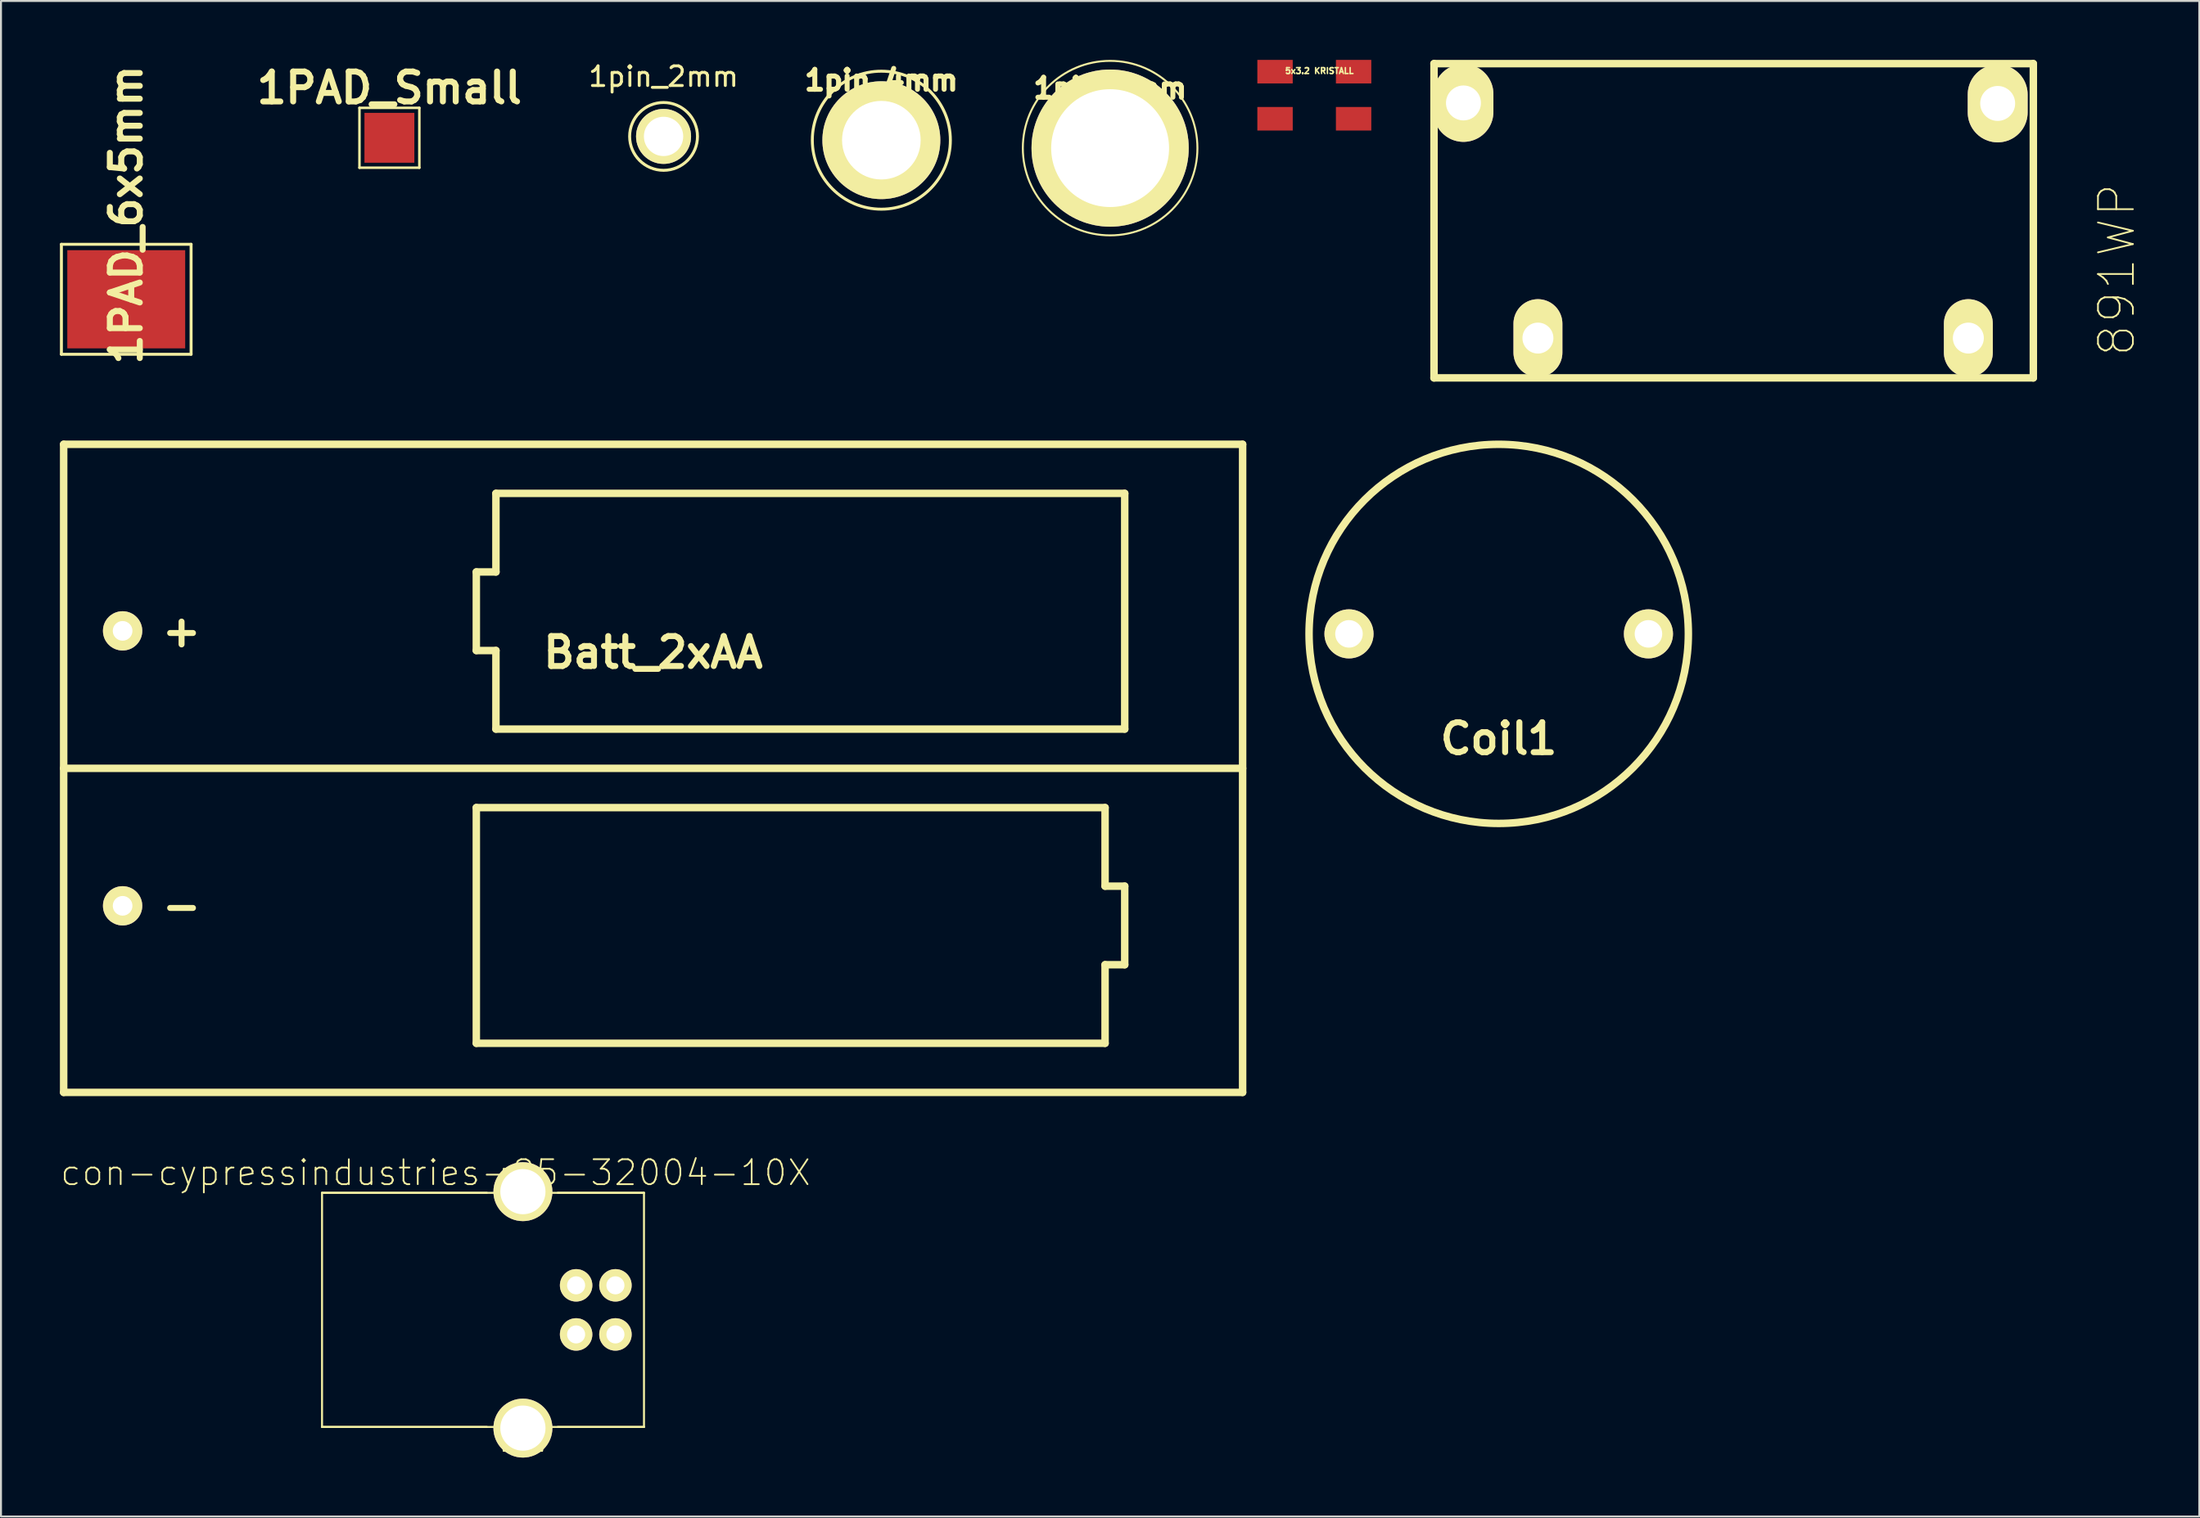
<source format=kicad_pcb>
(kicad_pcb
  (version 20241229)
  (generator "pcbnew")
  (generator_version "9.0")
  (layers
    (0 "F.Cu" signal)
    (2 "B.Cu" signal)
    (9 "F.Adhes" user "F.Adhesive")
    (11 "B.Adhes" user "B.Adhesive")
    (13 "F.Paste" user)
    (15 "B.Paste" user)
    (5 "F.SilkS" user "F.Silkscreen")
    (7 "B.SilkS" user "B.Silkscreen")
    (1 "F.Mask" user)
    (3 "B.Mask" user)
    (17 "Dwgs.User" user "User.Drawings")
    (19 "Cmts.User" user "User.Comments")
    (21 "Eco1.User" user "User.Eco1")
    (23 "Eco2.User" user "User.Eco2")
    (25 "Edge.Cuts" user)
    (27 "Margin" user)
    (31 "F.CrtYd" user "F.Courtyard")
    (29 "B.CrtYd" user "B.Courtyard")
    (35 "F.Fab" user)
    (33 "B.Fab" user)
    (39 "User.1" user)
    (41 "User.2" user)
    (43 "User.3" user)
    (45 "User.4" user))
  (footprint "Batt_2xAA"
    (layer "F.Cu")
    (at 30.19 36.073)
    (property "Reference" "Batt_2xAA" (at 0 -5.9 0) (layer "F.SilkS") (effects (font (size 1.524 1.524) (thickness 0.305))))
    (attr through_hole)
    (fp_line (start -30 -16.5) (end 30 -16.5) (stroke (width 0.381) (type solid)) (layer "F.SilkS"))
    (fp_line (start -30 0) (end 30 0) (stroke (width 0.381) (type solid)) (layer "F.SilkS"))
    (fp_line (start -30 16.5) (end -30 -16.5) (stroke (width 0.381) (type solid)) (layer "F.SilkS"))
    (fp_line (start -8.999 -10) (end -8.001 -10) (stroke (width 0.381) (type solid)) (layer "F.SilkS"))
    (fp_line (start -8.999 -5.999) (end -8.999 -10) (stroke (width 0.381) (type solid)) (layer "F.SilkS"))
    (fp_line (start -8.999 1.999) (end 23 1.999) (stroke (width 0.381) (type solid)) (layer "F.SilkS"))
    (fp_line (start -8.999 14) (end -8.999 1.999) (stroke (width 0.381) (type solid)) (layer "F.SilkS"))
    (fp_line (start -8.001 -14) (end 24 -14) (stroke (width 0.381) (type solid)) (layer "F.SilkS"))
    (fp_line (start -8.001 -10) (end -8.001 -14) (stroke (width 0.381) (type solid)) (layer "F.SilkS"))
    (fp_line (start -8.001 -5.999) (end -8.999 -5.999) (stroke (width 0.381) (type solid)) (layer "F.SilkS"))
    (fp_line (start -8.001 -1.999) (end -8.001 -5.999) (stroke (width 0.381) (type solid)) (layer "F.SilkS"))
    (fp_line (start 23 1.999) (end 23 5.999) (stroke (width 0.381) (type solid)) (layer "F.SilkS"))
    (fp_line (start 23 5.999) (end 24 5.999) (stroke (width 0.381) (type solid)) (layer "F.SilkS"))
    (fp_line (start 23 10) (end 23 14) (stroke (width 0.381) (type solid)) (layer "F.SilkS"))
    (fp_line (start 23 14) (end -8.999 14) (stroke (width 0.381) (type solid)) (layer "F.SilkS"))
    (fp_line (start 24 -14) (end 24 -1.999) (stroke (width 0.381) (type solid)) (layer "F.SilkS"))
    (fp_line (start 24 -1.999) (end -8.001 -1.999) (stroke (width 0.381) (type solid)) (layer "F.SilkS"))
    (fp_line (start 24 5.999) (end 24 10) (stroke (width 0.381) (type solid)) (layer "F.SilkS"))
    (fp_line (start 24 10) (end 23 10) (stroke (width 0.381) (type solid)) (layer "F.SilkS"))
    (fp_line (start 30 -16.5) (end 30 16.5) (stroke (width 0.381) (type solid)) (layer "F.SilkS"))
    (fp_line (start 30 16.5) (end -30 16.5) (stroke (width 0.381) (type solid)) (layer "F.SilkS"))
    (fp_text user "-" (at -24 7 0) (layer "F.SilkS") (effects (font (size 1.524 1.524) (thickness 0.305))))
    (fp_text user "+" (at -24 -7 0) (layer "F.SilkS") (effects (font (size 1.524 1.524) (thickness 0.305))))
    (pad "1" thru_hole circle (at -27 -7) (size 1.999 1.999) (drill 1.001) (layers "*.Cu" "*.Mask" "F.SilkS"))
    (pad "2" thru_hole circle (at -27 7) (size 1.999 1.999) (drill 1.001) (layers "*.Cu" "*.Mask" "F.SilkS")))
  (footprint "891WP"
    (layer "F.Cu")
    (at 84.18 8.191)
    (property "Reference" "891WP" (at 20.5 2.499 90) (layer "F.SilkS") (effects (font (size 1.778 1.778) (thickness 0.089))))
    (attr exclude_from_pos_files exclude_from_bom)
    (fp_line (start -14.252 -8.001) (end 16.248 -8.001) (stroke (width 0.381) (type solid)) (layer "F.SilkS"))
    (fp_line (start -14.249 8.001) (end -14.249 -8.001) (stroke (width 0.381) (type solid)) (layer "F.SilkS"))
    (fp_line (start 16.248 8.001) (end -14.252 8.001) (stroke (width 0.381) (type solid)) (layer "F.SilkS"))
    (fp_line (start 16.251 -8.001) (end 16.251 8.001) (stroke (width 0.381) (type solid)) (layer "F.SilkS"))
    (pad "1" thru_hole oval (at -12.751 -5.999) (size 3.048 3.962) (drill 1.778) (layers "*.Cu" "F.Mask" "F.SilkS" "F.Paste"))
    (pad "2" thru_hole oval (at -8.961 5.974) (size 2.489 3.962) (drill 1.575) (layers "*.Cu" "F.Mask" "F.SilkS" "F.Paste"))
    (pad "3" thru_hole oval (at 14.437 -5.974) (size 3.048 3.962) (drill 1.778) (layers "*.Cu" "F.Mask" "F.SilkS" "F.Paste"))
    (pad "4" thru_hole oval (at 12.944 5.974) (size 2.489 3.962) (drill 1.575) (layers "*.Cu" "F.Mask" "F.SilkS" "F.Paste")))
  (footprint "Coil1"
    (layer "F.Cu")
    (at 73.223 29.226)
    (property "Reference" "Coil1" (at 0 5.334 0) (layer "F.SilkS") (effects (font (size 1.524 1.524) (thickness 0.305))))
    (attr through_hole)
    (fp_circle (center 0 0) (end 9.652 0) (stroke (width 0.381) (type solid)) (fill no) (layer "F.SilkS"))
    (pad "1" thru_hole circle (at -7.62 0) (size 2.499 2.499) (drill 1.4) (layers "*.Cu" "*.Mask" "F.SilkS"))
    (pad "2" thru_hole circle (at 7.62 0) (size 2.499 2.499) (drill 1.4) (layers "*.Cu" "*.Mask" "F.SilkS")))
  (footprint "1pin_6mm"
    (layer "F.Cu")
    (at 53.447 4.492)
    (property "Reference" "1pin_6mm" (at 0 -3.048 0) (layer "F.SilkS") (effects (font (size 1.016 1.016) (thickness 0.254))))
    (attr through_hole)
    (fp_circle (center 0 0) (end -4.351 -0.899) (stroke (width 0.099) (type solid)) (fill no) (layer "F.SilkS"))
    (pad "1" thru_hole circle (at 0 0) (size 8.001 8.001) (drill 5.999) (layers "*.Cu" "*.Mask" "F.SilkS")))
  (footprint "1PAD_6x5mm"
    (layer "F.Cu")
    (at 3.375 12.189)
    (property "Reference" "1PAD_6x5mm" (at 0 -4.3 270) (layer "F.SilkS") (effects (font (size 1.524 1.524) (thickness 0.305))))
    (attr through_hole)
    (fp_line (start -3.3 -2.8) (end 3.3 -2.8) (stroke (width 0.15) (type solid)) (layer "F.SilkS"))
    (fp_line (start -3.3 2.8) (end -3.3 -2.8) (stroke (width 0.15) (type solid)) (layer "F.SilkS"))
    (fp_line (start 3.3 -2.8) (end 3.3 2.8) (stroke (width 0.15) (type solid)) (layer "F.SilkS"))
    (fp_line (start 3.3 2.8) (end -3.3 2.8) (stroke (width 0.15) (type solid)) (layer "F.SilkS"))
    (pad "1" smd rect (at 0 0) (size 6 5) (layers "F.Cu" "F.Mask" "F.Paste")))
  (footprint "1PAD_Small"
    (layer "F.Cu")
    (at 16.768 3.966)
    (property "Reference" "1PAD_Small" (at 0 -2.54 0) (layer "F.SilkS") (effects (font (size 1.524 1.524) (thickness 0.305))))
    (attr through_hole)
    (fp_line (start -1.524 -1.524) (end 1.524 -1.524) (stroke (width 0.127) (type solid)) (layer "F.SilkS"))
    (fp_line (start -1.524 1.524) (end -1.524 -1.524) (stroke (width 0.127) (type solid)) (layer "F.SilkS"))
    (fp_line (start 1.524 -1.524) (end 1.524 1.524) (stroke (width 0.127) (type solid)) (layer "F.SilkS"))
    (fp_line (start 1.524 1.524) (end -1.524 1.524) (stroke (width 0.127) (type solid)) (layer "F.SilkS"))
    (pad "1" connect rect (at 0 0) (size 2.54 2.54) (layers "F.Cu" "F.Mask")))
  (footprint "5x3.2 KRISTALL"
    (layer "F.Cu")
    (at 63.839 1.798)
    (property "Reference" "5x3.2 KRISTALL" (at 0.259 -1.24 0) (layer "F.SilkS") (effects (font (size 0.3 0.3) (thickness 0.076))))
    (attr through_hole)
    (pad "1" smd rect (at -1.999 1.199) (size 1.801 1.199) (layers "F.Cu" "F.Mask" "F.Paste"))
    (pad "2" smd rect (at 1.999 1.199) (size 1.801 1.199) (layers "F.Cu" "F.Mask" "F.Paste"))
    (pad "3" smd rect (at 1.999 -1.199) (size 1.801 1.199) (layers "F.Cu" "F.Mask" "F.Paste"))
    (pad "4" smd rect (at -1.999 -1.199) (size 1.801 1.199) (layers "F.Cu" "F.Mask" "F.Paste")))
  (footprint "con-cypressindustries-85-32004-10X"
    (layer "F.Cu")
    (at 23.562 63.648)
    (property "Reference" "con-cypressindustries-85-32004-10X" (at -4.445 -6.985 0) (layer "F.SilkS") (effects (font (size 1.27 1.27) (thickness 0.089))))
    (attr exclude_from_pos_files exclude_from_bom)
    (fp_line (start -10.223 -5.961) (end -10.223 5.961) (stroke (width 0.102) (type solid)) (layer "F.SilkS"))
    (fp_line (start -10.223 5.961) (end -1.836 5.961) (stroke (width 0.102) (type solid)) (layer "F.SilkS"))
    (fp_line (start -10.223 5.961) (end 6.162 5.961) (stroke (width 0.102) (type solid)) (layer "F.SilkS"))
    (fp_line (start -1.836 -5.961) (end -10.223 -5.961) (stroke (width 0.102) (type solid)) (layer "F.SilkS"))
    (fp_line (start -1.148 6.012) (end -0.973 7.173) (stroke (width 0.102) (type solid)) (layer "F.SilkS"))
    (fp_line (start -0.973 -7.173) (end -1.135 -6.025) (stroke (width 0.102) (type solid)) (layer "F.SilkS"))
    (fp_line (start -0.973 7.173) (end 0.973 7.173) (stroke (width 0.102) (type solid)) (layer "F.SilkS"))
    (fp_line (start 0.973 -7.173) (end -0.973 -7.173) (stroke (width 0.102) (type solid)) (layer "F.SilkS"))
    (fp_line (start 0.973 7.173) (end 1.135 6.025) (stroke (width 0.102) (type solid)) (layer "F.SilkS"))
    (fp_line (start 1.148 -6.012) (end 0.973 -7.173) (stroke (width 0.102) (type solid)) (layer "F.SilkS"))
    (fp_line (start 1.773 5.961) (end 6.162 5.961) (stroke (width 0.102) (type solid)) (layer "F.SilkS"))
    (fp_line (start 6.162 -5.961) (end -10.223 -5.961) (stroke (width 0.102) (type solid)) (layer "F.SilkS"))
    (fp_line (start 6.162 -5.961) (end 1.773 -5.961) (stroke (width 0.102) (type solid)) (layer "F.SilkS"))
    (fp_line (start 6.162 5.961) (end 6.162 -5.961) (stroke (width 0.102) (type solid)) (layer "F.SilkS"))
    (pad "1" thru_hole circle (at 4.709 1.25) (size 1.651 1.651) (drill 0.919) (layers "*.Cu" "F.Mask" "F.SilkS" "F.Paste"))
    (pad "2" thru_hole circle (at 4.709 -1.25) (size 1.651 1.651) (drill 0.919) (layers "*.Cu" "F.Mask" "F.SilkS" "F.Paste"))
    (pad "3" thru_hole circle (at 2.708 -1.25) (size 1.651 1.651) (drill 0.919) (layers "*.Cu" "F.Mask" "F.SilkS" "F.Paste"))
    (pad "4" thru_hole circle (at 2.708 1.25) (size 1.651 1.651) (drill 0.919) (layers "*.Cu" "F.Mask" "F.SilkS" "F.Paste"))
    (pad "M1" thru_hole circle (at 0 -6.02) (size 3 3) (drill 2.299) (layers "*.Cu" "F.Mask" "F.SilkS" "F.Paste"))
    (pad "M2" thru_hole circle (at 0 6.02) (size 3 3) (drill 2.299) (layers "*.Cu" "F.Mask" "F.SilkS" "F.Paste")))
  (footprint "1pin_2mm"
    (layer "F.Cu")
    (at 30.72 3.896)
    (property "Reference" "1pin_2mm" (at 0 -3.048 0) (layer "F.SilkS") (effects (font (size 1 1) (thickness 0.15))))
    (attr through_hole)
    (fp_circle (center 0 0) (end 1.7 0.3) (stroke (width 0.15) (type solid)) (fill no) (layer "F.SilkS"))
    (pad "1" thru_hole circle (at 0 0) (size 2.8 2.8) (drill 2) (layers "*.Cu" "*.Mask" "F.SilkS")))
  (footprint "1pin_4mm"
    (layer "F.Cu")
    (at 41.804 4.088)
    (property "Reference" "1pin_4mm" (at 0 -3.048 0) (layer "F.SilkS") (effects (font (size 1.016 1.016) (thickness 0.254))))
    (attr through_hole)
    (fp_circle (center 0 0) (end 3.5 -0.3) (stroke (width 0.15) (type solid)) (fill no) (layer "F.SilkS"))
    (pad "1" thru_hole circle (at 0 0) (size 6 6) (drill 4) (layers "*.Cu" "*.Mask" "F.SilkS")))
  (gr_rect
    (start -3 -3)
    (end 108.877 74.167)
    (stroke (width 0.1) (type default))
    (fill no)
    (layer "Edge.Cuts")))
</source>
